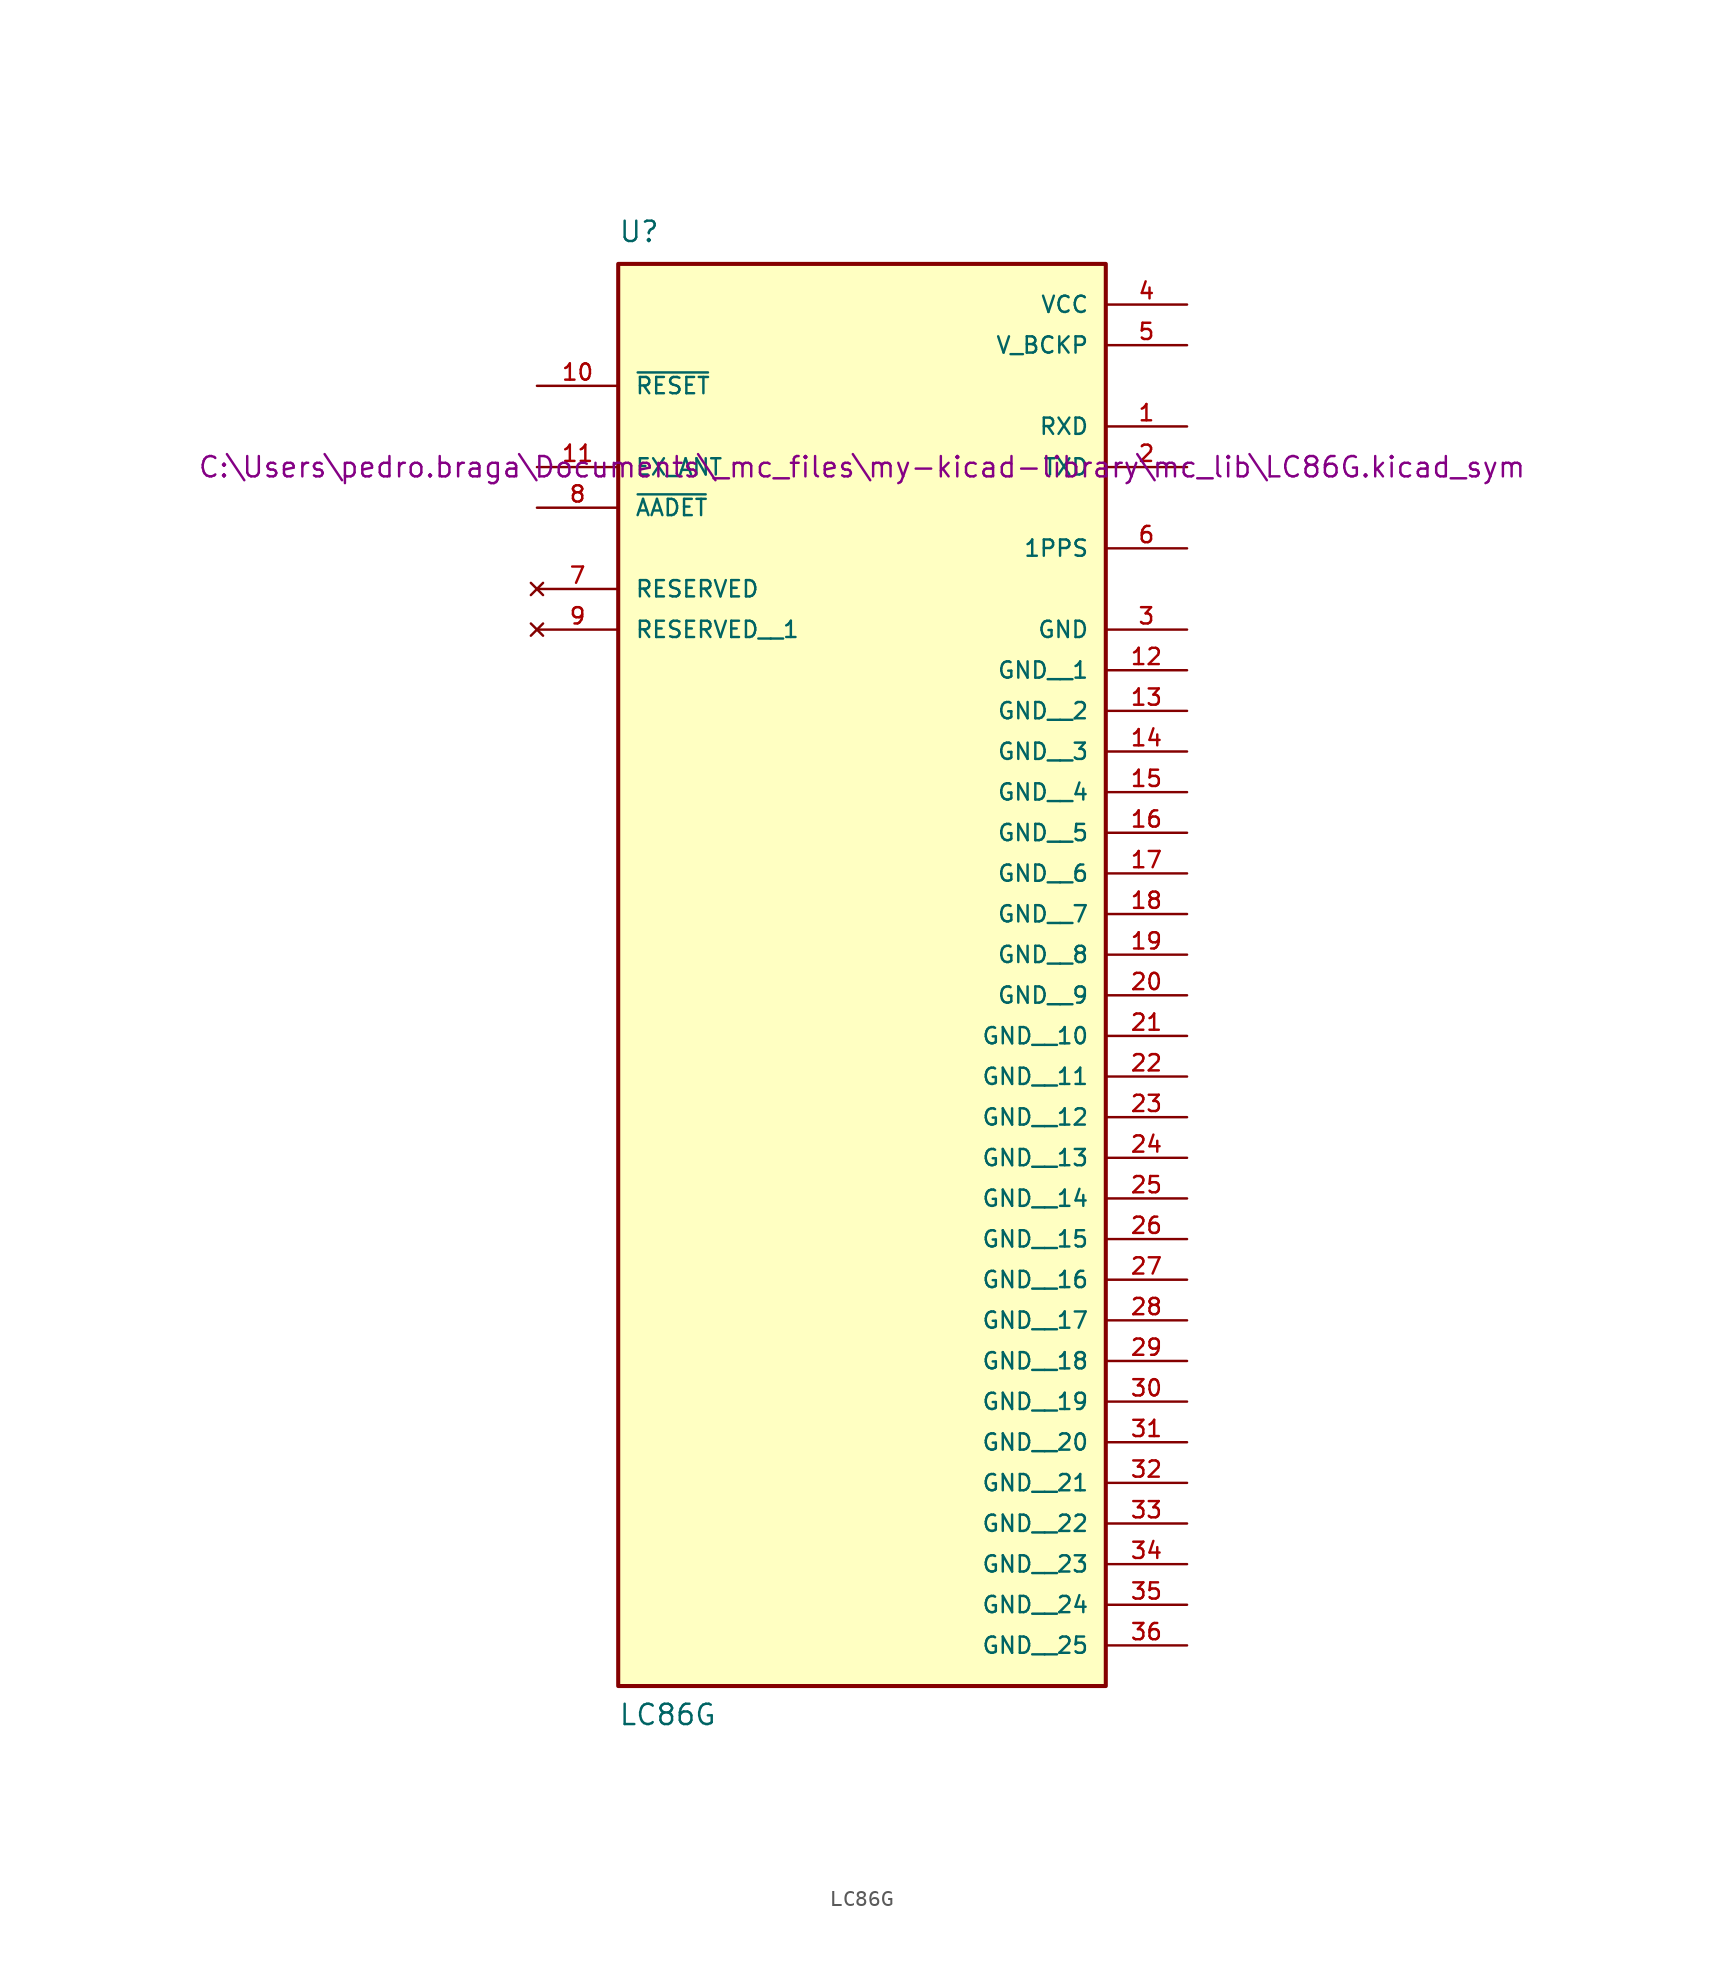
<source format=kicad_sym>
(kicad_symbol_lib
  (version 20231120)
  (generator "kicad_symbol_editor")
  (generator_version "8.0")
  (symbol "LC86G"
    (pin_names
      (offset 1.016))
    (property "Reference" "U"
      (at -15.24 13.97 0)
      (effects (font (size 1.27 1.27)) (justify left bottom)))
    (property "Value" "LC86G"
      (at -15.24 -78.74 0)
      (effects (font (size 1.27 1.27)) (justify left bottom)))
    (property "Sim.Library" "C:\\Users\\pedro.braga\\Documents\\_mc_files\\my-kicad-library\\mc_lib\\LC86G.kicad_sym"
      (at 0 0 0)
      (effects (font (size 1.27 1.27))))
    (symbol "LC86G_0_0"
      (rectangle (start -15.24 -76.2) (end 15.24 12.7) (stroke (width 0.254) (type default)) (fill (type background)))
      (pin input line (at 20.32 2.54 180) (length 5.08) (name "RXD" (effects (font (size 1.016 1.016)))) (number "1" (effects (font (size 1.016 1.016)))))
      (pin input line (at -20.32 5.08 0) (length 5.08) (name "~{RESET}" (effects (font (size 1.016 1.016)))) (number "10" (effects (font (size 1.016 1.016)))))
      (pin input line (at -20.32 0 0) (length 5.08) (name "EX_ANT" (effects (font (size 1.016 1.016)))) (number "11" (effects (font (size 1.016 1.016)))))
      (pin power_in line (at 20.32 -12.7 180) (length 5.08) (name "GND__1" (effects (font (size 1.016 1.016)))) (number "12" (effects (font (size 1.016 1.016)))))
      (pin power_in line (at 20.32 -15.24 180) (length 5.08) (name "GND__2" (effects (font (size 1.016 1.016)))) (number "13" (effects (font (size 1.016 1.016)))))
      (pin power_in line (at 20.32 -17.78 180) (length 5.08) (name "GND__3" (effects (font (size 1.016 1.016)))) (number "14" (effects (font (size 1.016 1.016)))))
      (pin power_in line (at 20.32 -20.32 180) (length 5.08) (name "GND__4" (effects (font (size 1.016 1.016)))) (number "15" (effects (font (size 1.016 1.016)))))
      (pin power_in line (at 20.32 -22.86 180) (length 5.08) (name "GND__5" (effects (font (size 1.016 1.016)))) (number "16" (effects (font (size 1.016 1.016)))))
      (pin power_in line (at 20.32 -25.4 180) (length 5.08) (name "GND__6" (effects (font (size 1.016 1.016)))) (number "17" (effects (font (size 1.016 1.016)))))
      (pin power_in line (at 20.32 -27.94 180) (length 5.08) (name "GND__7" (effects (font (size 1.016 1.016)))) (number "18" (effects (font (size 1.016 1.016)))))
      (pin power_in line (at 20.32 -30.48 180) (length 5.08) (name "GND__8" (effects (font (size 1.016 1.016)))) (number "19" (effects (font (size 1.016 1.016)))))
      (pin output line (at 20.32 0 180) (length 5.08) (name "TXD" (effects (font (size 1.016 1.016)))) (number "2" (effects (font (size 1.016 1.016)))))
      (pin power_in line (at 20.32 -33.02 180) (length 5.08) (name "GND__9" (effects (font (size 1.016 1.016)))) (number "20" (effects (font (size 1.016 1.016)))))
      (pin power_in line (at 20.32 -35.56 180) (length 5.08) (name "GND__10" (effects (font (size 1.016 1.016)))) (number "21" (effects (font (size 1.016 1.016)))))
      (pin power_in line (at 20.32 -38.1 180) (length 5.08) (name "GND__11" (effects (font (size 1.016 1.016)))) (number "22" (effects (font (size 1.016 1.016)))))
      (pin power_in line (at 20.32 -40.64 180) (length 5.08) (name "GND__12" (effects (font (size 1.016 1.016)))) (number "23" (effects (font (size 1.016 1.016)))))
      (pin power_in line (at 20.32 -43.18 180) (length 5.08) (name "GND__13" (effects (font (size 1.016 1.016)))) (number "24" (effects (font (size 1.016 1.016)))))
      (pin power_in line (at 20.32 -45.72 180) (length 5.08) (name "GND__14" (effects (font (size 1.016 1.016)))) (number "25" (effects (font (size 1.016 1.016)))))
      (pin power_in line (at 20.32 -48.26 180) (length 5.08) (name "GND__15" (effects (font (size 1.016 1.016)))) (number "26" (effects (font (size 1.016 1.016)))))
      (pin power_in line (at 20.32 -50.8 180) (length 5.08) (name "GND__16" (effects (font (size 1.016 1.016)))) (number "27" (effects (font (size 1.016 1.016)))))
      (pin power_in line (at 20.32 -53.34 180) (length 5.08) (name "GND__17" (effects (font (size 1.016 1.016)))) (number "28" (effects (font (size 1.016 1.016)))))
      (pin power_in line (at 20.32 -55.88 180) (length 5.08) (name "GND__18" (effects (font (size 1.016 1.016)))) (number "29" (effects (font (size 1.016 1.016)))))
      (pin power_in line (at 20.32 -10.16 180) (length 5.08) (name "GND" (effects (font (size 1.016 1.016)))) (number "3" (effects (font (size 1.016 1.016)))))
      (pin power_in line (at 20.32 -58.42 180) (length 5.08) (name "GND__19" (effects (font (size 1.016 1.016)))) (number "30" (effects (font (size 1.016 1.016)))))
      (pin power_in line (at 20.32 -60.96 180) (length 5.08) (name "GND__20" (effects (font (size 1.016 1.016)))) (number "31" (effects (font (size 1.016 1.016)))))
      (pin power_in line (at 20.32 -63.5 180) (length 5.08) (name "GND__21" (effects (font (size 1.016 1.016)))) (number "32" (effects (font (size 1.016 1.016)))))
      (pin power_in line (at 20.32 -66.04 180) (length 5.08) (name "GND__22" (effects (font (size 1.016 1.016)))) (number "33" (effects (font (size 1.016 1.016)))))
      (pin power_in line (at 20.32 -68.58 180) (length 5.08) (name "GND__23" (effects (font (size 1.016 1.016)))) (number "34" (effects (font (size 1.016 1.016)))))
      (pin power_in line (at 20.32 -71.12 180) (length 5.08) (name "GND__24" (effects (font (size 1.016 1.016)))) (number "35" (effects (font (size 1.016 1.016)))))
      (pin power_in line (at 20.32 -73.66 180) (length 5.08) (name "GND__25" (effects (font (size 1.016 1.016)))) (number "36" (effects (font (size 1.016 1.016)))))
      (pin power_in line (at 20.32 10.16 180) (length 5.08) (name "VCC" (effects (font (size 1.016 1.016)))) (number "4" (effects (font (size 1.016 1.016)))))
      (pin power_in line (at 20.32 7.62 180) (length 5.08) (name "V_BCKP" (effects (font (size 1.016 1.016)))) (number "5" (effects (font (size 1.016 1.016)))))
      (pin output line (at 20.32 -5.08 180) (length 5.08) (name "1PPS" (effects (font (size 1.016 1.016)))) (number "6" (effects (font (size 1.016 1.016)))))
      (pin no_connect line (at -20.32 -7.62 0) (length 5.08) (name "RESERVED" (effects (font (size 1.016 1.016)))) (number "7" (effects (font (size 1.016 1.016)))))
      (pin bidirectional line (at -20.32 -2.54 0) (length 5.08) (name "~{AADET}" (effects (font (size 1.016 1.016)))) (number "8" (effects (font (size 1.016 1.016)))))
      (pin no_connect line (at -20.32 -10.16 0) (length 5.08) (name "RESERVED__1" (effects (font (size 1.016 1.016)))) (number "9" (effects (font (size 1.016 1.016))))))))
</source>
